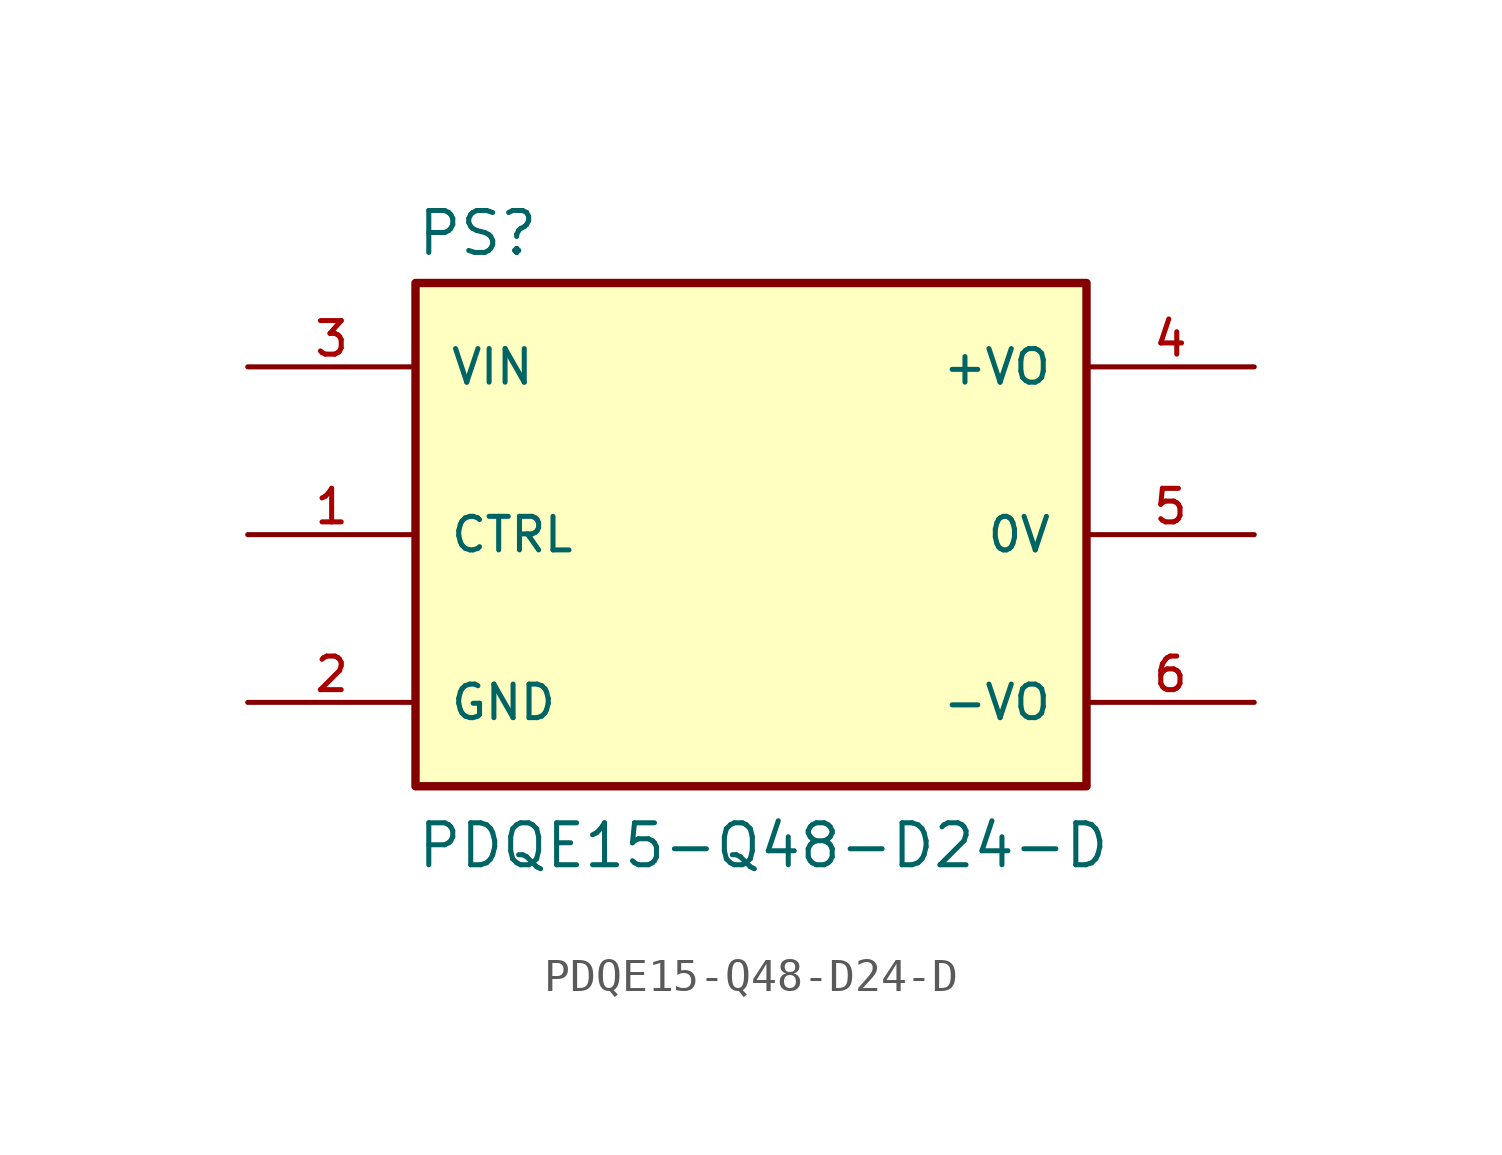
<source format=kicad_sym>
(kicad_symbol_lib
  (version 20211014)
  (generator kicad_symbol_editor)
  (symbol "PDQE15-Q48-D24-D"
    (pin_names
      (offset 1.016))
    (property "Reference" "PS"
      (at -10.16 8.382 0)
      (effects (font (size 1.27 1.27)) (justify bottom left)))
    (property "Value" "PDQE15-Q48-D24-D"
      (at -10.16 -10.16 0)
      (effects (font (size 1.27 1.27)) (justify bottom left)))
    (symbol "PDQE15-Q48-D24-D_0_0"
      (rectangle (start -10.16 -7.62) (end 10.16 7.62) (stroke (width 0.254)) (fill (type background)))
      (pin input line (at -15.24 5.08 0) (length 5.08) (name "VIN" (effects (font (size 1.016 1.016)))) (number "3" (effects (font (size 1.016 1.016)))))
      (pin output line (at 15.24 5.08 180.0) (length 5.08) (name "+VO" (effects (font (size 1.016 1.016)))) (number "4" (effects (font (size 1.016 1.016)))))
      (pin power_in line (at -15.24 -5.08 0) (length 5.08) (name "GND" (effects (font (size 1.016 1.016)))) (number "2" (effects (font (size 1.016 1.016)))))
      (pin output line (at 15.24 0.0 180.0) (length 5.08) (name "0V" (effects (font (size 1.016 1.016)))) (number "5" (effects (font (size 1.016 1.016)))))
      (pin input line (at -15.24 0.0 0) (length 5.08) (name "CTRL" (effects (font (size 1.016 1.016)))) (number "1" (effects (font (size 1.016 1.016)))))
      (pin output line (at 15.24 -5.08 180.0) (length 5.08) (name "-VO" (effects (font (size 1.016 1.016)))) (number "6" (effects (font (size 1.016 1.016))))))))
</source>
